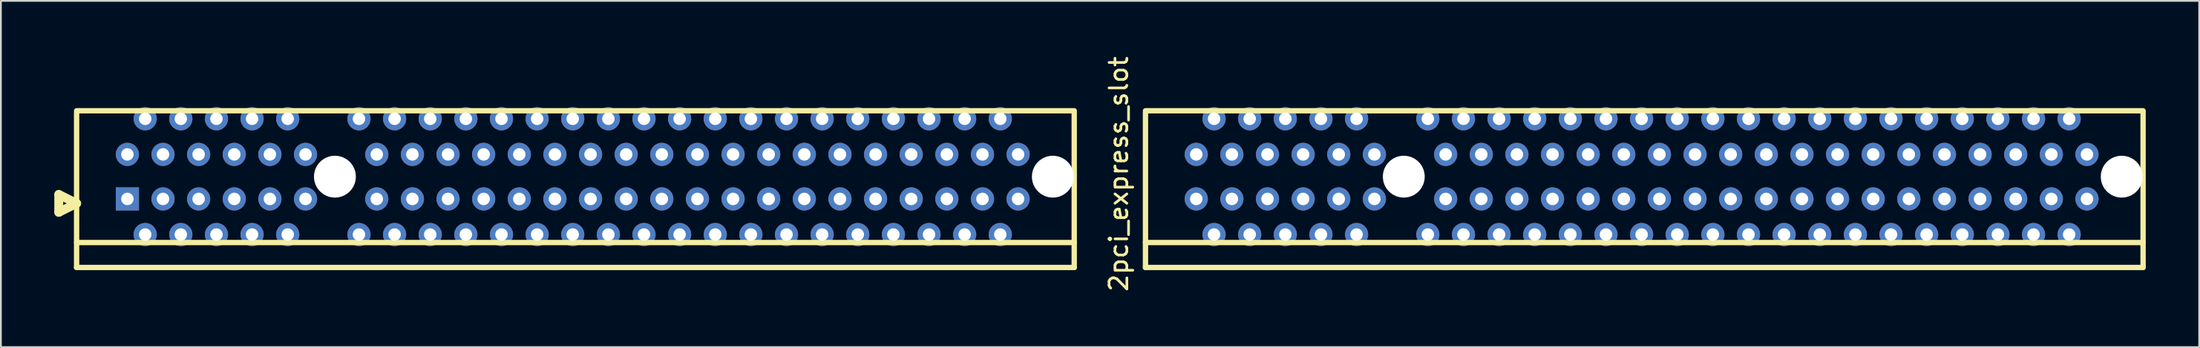
<source format=kicad_pcb>
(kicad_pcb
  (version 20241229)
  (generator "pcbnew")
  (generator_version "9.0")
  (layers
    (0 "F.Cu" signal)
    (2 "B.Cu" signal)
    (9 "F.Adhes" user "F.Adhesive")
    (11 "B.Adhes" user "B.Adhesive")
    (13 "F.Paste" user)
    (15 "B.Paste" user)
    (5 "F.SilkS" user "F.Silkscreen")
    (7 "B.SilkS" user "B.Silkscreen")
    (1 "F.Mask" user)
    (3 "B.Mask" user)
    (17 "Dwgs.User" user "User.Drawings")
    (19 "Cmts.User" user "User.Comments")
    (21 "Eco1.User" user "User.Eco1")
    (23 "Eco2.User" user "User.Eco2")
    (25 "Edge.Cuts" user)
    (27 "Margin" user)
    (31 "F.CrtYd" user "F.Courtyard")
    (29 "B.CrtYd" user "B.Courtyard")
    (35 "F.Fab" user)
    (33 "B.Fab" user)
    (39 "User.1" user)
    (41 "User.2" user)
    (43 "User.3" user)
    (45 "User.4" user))
  (footprint "2pci_express_slot"
    (layer "F.Cu")
    (at 15.75 6.87)
    (property "Reference" "2pci_express_slot" (at 44 -0.15 90) (layer "F.SilkS") (effects (font (size 1 1) (thickness 0.15))))
    (attr through_hole)
    (fp_line (start -15.5 1) (end -15.5 2) (stroke (width 0.5) (type solid)) (layer "F.SilkS"))
    (fp_line (start -15.5 2) (end -14.5 1.5) (stroke (width 0.5) (type solid)) (layer "F.SilkS"))
    (fp_line (start -14.5 -3.7) (end 41.5 -3.7) (stroke (width 0.3) (type solid)) (layer "F.SilkS"))
    (fp_line (start -14.5 -3.6) (end -14.5 5.1) (stroke (width 0.3) (type solid)) (layer "F.SilkS"))
    (fp_line (start -14.5 1.5) (end -15.5 1) (stroke (width 0.5) (type solid)) (layer "F.SilkS"))
    (fp_line (start -14.5 3.7) (end 41.5 3.7) (stroke (width 0.3) (type solid)) (layer "F.SilkS"))
    (fp_line (start -14.5 5.1) (end 41.5 5.1) (stroke (width 0.3) (type solid)) (layer "F.SilkS"))
    (fp_line (start 41.5 -3.6) (end 41.5 5.1) (stroke (width 0.3) (type solid)) (layer "F.SilkS"))
    (fp_line (start 45.5 -3.7) (end 101.5 -3.7) (stroke (width 0.3) (type solid)) (layer "F.SilkS"))
    (fp_line (start 45.5 -3.6) (end 45.5 5.1) (stroke (width 0.3) (type solid)) (layer "F.SilkS"))
    (fp_line (start 45.5 3.7) (end 101.5 3.7) (stroke (width 0.3) (type solid)) (layer "F.SilkS"))
    (fp_line (start 45.5 5.1) (end 101.5 5.1) (stroke (width 0.3) (type solid)) (layer "F.SilkS"))
    (fp_line (start 101.5 -3.6) (end 101.5 5.1) (stroke (width 0.3) (type solid)) (layer "F.SilkS"))
    (pad "" np_thru_hole circle (at 0 0) (size 2.35 2.35) (drill 2.35) (layers "*.Cu" "*.Mask"))
    (pad "" np_thru_hole circle (at 40.3 0) (size 2.35 2.35) (drill 2.35) (layers "*.Cu" "*.Mask"))
    (pad "" np_thru_hole circle (at 60 0) (size 2.35 2.35) (drill 2.35) (layers "*.Cu" "*.Mask"))
    (pad "" np_thru_hole circle (at 100.3 0) (size 2.35 2.35) (drill 2.35) (layers "*.Cu" "*.Mask"))
    (pad "1" thru_hole rect (at -11.65 1.25) (size 1.3 1.3) (drill 0.7) (layers "*.Cu" "*.Mask"))
    (pad "2" thru_hole circle (at -10.65 3.25) (size 1.3 1.3) (drill 0.7) (layers "*.Cu" "*.Mask"))
    (pad "3" thru_hole circle (at -9.65 1.25) (size 1.3 1.3) (drill 0.7) (layers "*.Cu" "*.Mask"))
    (pad "4" thru_hole circle (at -8.65 3.25) (size 1.3 1.3) (drill 0.7) (layers "*.Cu" "*.Mask"))
    (pad "5" thru_hole circle (at -7.65 1.25) (size 1.3 1.3) (drill 0.7) (layers "*.Cu" "*.Mask"))
    (pad "6" thru_hole circle (at -6.65 3.25) (size 1.3 1.3) (drill 0.7) (layers "*.Cu" "*.Mask"))
    (pad "7" thru_hole circle (at -5.65 1.25) (size 1.3 1.3) (drill 0.7) (layers "*.Cu" "*.Mask"))
    (pad "8" thru_hole circle (at -4.65 3.25) (size 1.3 1.3) (drill 0.7) (layers "*.Cu" "*.Mask"))
    (pad "9" thru_hole circle (at -3.65 1.25) (size 1.3 1.3) (drill 0.7) (layers "*.Cu" "*.Mask"))
    (pad "10" thru_hole circle (at -2.65 3.25) (size 1.3 1.3) (drill 0.7) (layers "*.Cu" "*.Mask"))
    (pad "11" thru_hole circle (at -1.65 1.25) (size 1.3 1.3) (drill 0.7) (layers "*.Cu" "*.Mask"))
    (pad "12" thru_hole circle (at 1.35 3.25) (size 1.3 1.3) (drill 0.7) (layers "*.Cu" "*.Mask"))
    (pad "13" thru_hole circle (at 2.35 1.25) (size 1.3 1.3) (drill 0.7) (layers "*.Cu" "*.Mask"))
    (pad "14" thru_hole circle (at 3.35 3.25) (size 1.3 1.3) (drill 0.7) (layers "*.Cu" "*.Mask"))
    (pad "15" thru_hole circle (at 4.35 1.25) (size 1.3 1.3) (drill 0.7) (layers "*.Cu" "*.Mask"))
    (pad "16" thru_hole circle (at 5.35 3.25) (size 1.3 1.3) (drill 0.7) (layers "*.Cu" "*.Mask"))
    (pad "17" thru_hole circle (at 6.35 1.25) (size 1.3 1.3) (drill 0.7) (layers "*.Cu" "*.Mask"))
    (pad "18" thru_hole circle (at 7.35 3.25) (size 1.3 1.3) (drill 0.7) (layers "*.Cu" "*.Mask"))
    (pad "19" thru_hole circle (at 8.35 1.25) (size 1.3 1.3) (drill 0.7) (layers "*.Cu" "*.Mask"))
    (pad "20" thru_hole circle (at 9.35 3.25) (size 1.3 1.3) (drill 0.7) (layers "*.Cu" "*.Mask"))
    (pad "21" thru_hole circle (at 10.35 1.25) (size 1.3 1.3) (drill 0.7) (layers "*.Cu" "*.Mask"))
    (pad "22" thru_hole circle (at 11.35 3.25) (size 1.3 1.3) (drill 0.7) (layers "*.Cu" "*.Mask"))
    (pad "23" thru_hole circle (at 12.35 1.25) (size 1.3 1.3) (drill 0.7) (layers "*.Cu" "*.Mask"))
    (pad "24" thru_hole circle (at 13.35 3.25) (size 1.3 1.3) (drill 0.7) (layers "*.Cu" "*.Mask"))
    (pad "25" thru_hole circle (at 14.35 1.25) (size 1.3 1.3) (drill 0.7) (layers "*.Cu" "*.Mask"))
    (pad "26" thru_hole circle (at 15.35 3.25) (size 1.3 1.3) (drill 0.7) (layers "*.Cu" "*.Mask"))
    (pad "27" thru_hole circle (at 16.35 1.25) (size 1.3 1.3) (drill 0.7) (layers "*.Cu" "*.Mask"))
    (pad "28" thru_hole circle (at 17.35 3.25) (size 1.3 1.3) (drill 0.7) (layers "*.Cu" "*.Mask"))
    (pad "29" thru_hole circle (at 18.35 1.25) (size 1.3 1.3) (drill 0.7) (layers "*.Cu" "*.Mask"))
    (pad "30" thru_hole circle (at 19.35 3.25) (size 1.3 1.3) (drill 0.7) (layers "*.Cu" "*.Mask"))
    (pad "31" thru_hole circle (at 20.35 1.25) (size 1.3 1.3) (drill 0.7) (layers "*.Cu" "*.Mask"))
    (pad "32" thru_hole circle (at 21.35 3.25) (size 1.3 1.3) (drill 0.7) (layers "*.Cu" "*.Mask"))
    (pad "33" thru_hole circle (at 22.35 1.25) (size 1.3 1.3) (drill 0.7) (layers "*.Cu" "*.Mask"))
    (pad "34" thru_hole circle (at 23.35 3.25) (size 1.3 1.3) (drill 0.7) (layers "*.Cu" "*.Mask"))
    (pad "35" thru_hole circle (at 24.35 1.25) (size 1.3 1.3) (drill 0.7) (layers "*.Cu" "*.Mask"))
    (pad "36" thru_hole circle (at 25.35 3.25) (size 1.3 1.3) (drill 0.7) (layers "*.Cu" "*.Mask"))
    (pad "37" thru_hole circle (at 26.35 1.25) (size 1.3 1.3) (drill 0.7) (layers "*.Cu" "*.Mask"))
    (pad "38" thru_hole circle (at 27.35 3.25) (size 1.3 1.3) (drill 0.7) (layers "*.Cu" "*.Mask"))
    (pad "39" thru_hole circle (at 28.35 1.25) (size 1.3 1.3) (drill 0.7) (layers "*.Cu" "*.Mask"))
    (pad "40" thru_hole circle (at 29.35 3.25) (size 1.3 1.3) (drill 0.7) (layers "*.Cu" "*.Mask"))
    (pad "41" thru_hole circle (at 30.35 1.25) (size 1.3 1.3) (drill 0.7) (layers "*.Cu" "*.Mask"))
    (pad "42" thru_hole circle (at 31.35 3.25) (size 1.3 1.3) (drill 0.7) (layers "*.Cu" "*.Mask"))
    (pad "43" thru_hole circle (at 32.35 1.25) (size 1.3 1.3) (drill 0.7) (layers "*.Cu" "*.Mask"))
    (pad "44" thru_hole circle (at 33.35 3.25) (size 1.3 1.3) (drill 0.7) (layers "*.Cu" "*.Mask"))
    (pad "45" thru_hole circle (at 34.35 1.25) (size 1.3 1.3) (drill 0.7) (layers "*.Cu" "*.Mask"))
    (pad "46" thru_hole circle (at 35.35 3.25) (size 1.3 1.3) (drill 0.7) (layers "*.Cu" "*.Mask"))
    (pad "47" thru_hole circle (at 36.35 1.25) (size 1.3 1.3) (drill 0.7) (layers "*.Cu" "*.Mask"))
    (pad "48" thru_hole circle (at 37.35 3.25) (size 1.3 1.3) (drill 0.7) (layers "*.Cu" "*.Mask"))
    (pad "49" thru_hole circle (at 38.35 1.25) (size 1.3 1.3) (drill 0.7) (layers "*.Cu" "*.Mask"))
    (pad "50" thru_hole circle (at 48.35 1.25) (size 1.3 1.3) (drill 0.7) (layers "*.Cu" "*.Mask"))
    (pad "51" thru_hole circle (at 49.35 3.25) (size 1.3 1.3) (drill 0.7) (layers "*.Cu" "*.Mask"))
    (pad "52" thru_hole circle (at 50.35 1.25) (size 1.3 1.3) (drill 0.7) (layers "*.Cu" "*.Mask"))
    (pad "53" thru_hole circle (at 51.35 3.25) (size 1.3 1.3) (drill 0.7) (layers "*.Cu" "*.Mask"))
    (pad "54" thru_hole circle (at 52.35 1.25) (size 1.3 1.3) (drill 0.7) (layers "*.Cu" "*.Mask"))
    (pad "55" thru_hole circle (at 53.35 3.25) (size 1.3 1.3) (drill 0.7) (layers "*.Cu" "*.Mask"))
    (pad "56" thru_hole circle (at 54.35 1.25) (size 1.3 1.3) (drill 0.7) (layers "*.Cu" "*.Mask"))
    (pad "57" thru_hole circle (at 55.35 3.25) (size 1.3 1.3) (drill 0.7) (layers "*.Cu" "*.Mask"))
    (pad "58" thru_hole circle (at 56.35 1.25) (size 1.3 1.3) (drill 0.7) (layers "*.Cu" "*.Mask"))
    (pad "59" thru_hole circle (at 57.35 3.25) (size 1.3 1.3) (drill 0.7) (layers "*.Cu" "*.Mask"))
    (pad "60" thru_hole circle (at 58.35 1.25) (size 1.3 1.3) (drill 0.7) (layers "*.Cu" "*.Mask"))
    (pad "61" thru_hole circle (at 61.35 3.25) (size 1.3 1.3) (drill 0.7) (layers "*.Cu" "*.Mask"))
    (pad "62" thru_hole circle (at 62.35 1.25) (size 1.3 1.3) (drill 0.7) (layers "*.Cu" "*.Mask"))
    (pad "63" thru_hole circle (at 63.35 3.25) (size 1.3 1.3) (drill 0.7) (layers "*.Cu" "*.Mask"))
    (pad "64" thru_hole circle (at 64.35 1.25) (size 1.3 1.3) (drill 0.7) (layers "*.Cu" "*.Mask"))
    (pad "65" thru_hole circle (at 65.35 3.25) (size 1.3 1.3) (drill 0.7) (layers "*.Cu" "*.Mask"))
    (pad "66" thru_hole circle (at 66.35 1.25) (size 1.3 1.3) (drill 0.7) (layers "*.Cu" "*.Mask"))
    (pad "67" thru_hole circle (at 67.35 3.25) (size 1.3 1.3) (drill 0.7) (layers "*.Cu" "*.Mask"))
    (pad "68" thru_hole circle (at 68.35 1.25) (size 1.3 1.3) (drill 0.7) (layers "*.Cu" "*.Mask"))
    (pad "69" thru_hole circle (at 69.35 3.25) (size 1.3 1.3) (drill 0.7) (layers "*.Cu" "*.Mask"))
    (pad "70" thru_hole circle (at 70.35 1.25) (size 1.3 1.3) (drill 0.7) (layers "*.Cu" "*.Mask"))
    (pad "71" thru_hole circle (at 71.35 3.25) (size 1.3 1.3) (drill 0.7) (layers "*.Cu" "*.Mask"))
    (pad "72" thru_hole circle (at 72.35 1.25) (size 1.3 1.3) (drill 0.7) (layers "*.Cu" "*.Mask"))
    (pad "73" thru_hole circle (at 73.35 3.25) (size 1.3 1.3) (drill 0.7) (layers "*.Cu" "*.Mask"))
    (pad "74" thru_hole circle (at 74.35 1.25) (size 1.3 1.3) (drill 0.7) (layers "*.Cu" "*.Mask"))
    (pad "75" thru_hole circle (at 75.35 3.25) (size 1.3 1.3) (drill 0.7) (layers "*.Cu" "*.Mask"))
    (pad "76" thru_hole circle (at 76.35 1.25) (size 1.3 1.3) (drill 0.7) (layers "*.Cu" "*.Mask"))
    (pad "77" thru_hole circle (at 77.35 3.25) (size 1.3 1.3) (drill 0.7) (layers "*.Cu" "*.Mask"))
    (pad "78" thru_hole circle (at 78.35 1.25) (size 1.3 1.3) (drill 0.7) (layers "*.Cu" "*.Mask"))
    (pad "79" thru_hole circle (at 79.35 3.25) (size 1.3 1.3) (drill 0.7) (layers "*.Cu" "*.Mask"))
    (pad "80" thru_hole circle (at 80.35 1.25) (size 1.3 1.3) (drill 0.7) (layers "*.Cu" "*.Mask"))
    (pad "81" thru_hole circle (at 81.35 3.25) (size 1.3 1.3) (drill 0.7) (layers "*.Cu" "*.Mask"))
    (pad "82" thru_hole circle (at 82.35 1.25) (size 1.3 1.3) (drill 0.7) (layers "*.Cu" "*.Mask"))
    (pad "83" thru_hole circle (at 83.35 3.25) (size 1.3 1.3) (drill 0.7) (layers "*.Cu" "*.Mask"))
    (pad "84" thru_hole circle (at 84.35 1.25) (size 1.3 1.3) (drill 0.7) (layers "*.Cu" "*.Mask"))
    (pad "85" thru_hole circle (at 85.35 3.25) (size 1.3 1.3) (drill 0.7) (layers "*.Cu" "*.Mask"))
    (pad "86" thru_hole circle (at 86.35 1.25) (size 1.3 1.3) (drill 0.7) (layers "*.Cu" "*.Mask"))
    (pad "87" thru_hole circle (at 87.35 3.25) (size 1.3 1.3) (drill 0.7) (layers "*.Cu" "*.Mask"))
    (pad "88" thru_hole circle (at 88.35 1.25) (size 1.3 1.3) (drill 0.7) (layers "*.Cu" "*.Mask"))
    (pad "89" thru_hole circle (at 89.35 3.25) (size 1.3 1.3) (drill 0.7) (layers "*.Cu" "*.Mask"))
    (pad "90" thru_hole circle (at 90.35 1.25) (size 1.3 1.3) (drill 0.7) (layers "*.Cu" "*.Mask"))
    (pad "91" thru_hole circle (at 91.35 3.25) (size 1.3 1.3) (drill 0.7) (layers "*.Cu" "*.Mask"))
    (pad "92" thru_hole circle (at 92.35 1.25) (size 1.3 1.3) (drill 0.7) (layers "*.Cu" "*.Mask"))
    (pad "93" thru_hole circle (at 93.35 3.25) (size 1.3 1.3) (drill 0.7) (layers "*.Cu" "*.Mask"))
    (pad "94" thru_hole circle (at 94.35 1.25) (size 1.3 1.3) (drill 0.7) (layers "*.Cu" "*.Mask"))
    (pad "95" thru_hole circle (at 95.35 3.25) (size 1.3 1.3) (drill 0.7) (layers "*.Cu" "*.Mask"))
    (pad "96" thru_hole circle (at 96.35 1.25) (size 1.3 1.3) (drill 0.7) (layers "*.Cu" "*.Mask"))
    (pad "97" thru_hole circle (at 97.35 3.25) (size 1.3 1.3) (drill 0.7) (layers "*.Cu" "*.Mask"))
    (pad "98" thru_hole circle (at 98.35 1.25) (size 1.3 1.3) (drill 0.7) (layers "*.Cu" "*.Mask"))
    (pad "99" thru_hole circle (at -11.65 -1.25) (size 1.3 1.3) (drill 0.7) (layers "*.Cu" "*.Mask"))
    (pad "100" thru_hole circle (at -10.65 -3.25) (size 1.3 1.3) (drill 0.7) (layers "*.Cu" "*.Mask"))
    (pad "101" thru_hole circle (at -9.65 -1.25) (size 1.3 1.3) (drill 0.7) (layers "*.Cu" "*.Mask"))
    (pad "102" thru_hole circle (at -8.65 -3.25) (size 1.3 1.3) (drill 0.7) (layers "*.Cu" "*.Mask"))
    (pad "103" thru_hole circle (at -7.65 -1.25) (size 1.3 1.3) (drill 0.7) (layers "*.Cu" "*.Mask"))
    (pad "104" thru_hole circle (at -6.65 -3.25) (size 1.3 1.3) (drill 0.7) (layers "*.Cu" "*.Mask"))
    (pad "105" thru_hole circle (at -5.65 -1.25) (size 1.3 1.3) (drill 0.7) (layers "*.Cu" "*.Mask"))
    (pad "106" thru_hole circle (at -4.65 -3.25) (size 1.3 1.3) (drill 0.7) (layers "*.Cu" "*.Mask"))
    (pad "107" thru_hole circle (at -3.65 -1.25) (size 1.3 1.3) (drill 0.7) (layers "*.Cu" "*.Mask"))
    (pad "108" thru_hole circle (at -2.65 -3.25) (size 1.3 1.3) (drill 0.7) (layers "*.Cu" "*.Mask"))
    (pad "109" thru_hole circle (at -1.65 -1.25) (size 1.3 1.3) (drill 0.7) (layers "*.Cu" "*.Mask"))
    (pad "110" thru_hole circle (at 1.35 -3.25) (size 1.3 1.3) (drill 0.7) (layers "*.Cu" "*.Mask"))
    (pad "111" thru_hole circle (at 2.35 -1.25) (size 1.3 1.3) (drill 0.7) (layers "*.Cu" "*.Mask"))
    (pad "112" thru_hole circle (at 3.35 -3.25) (size 1.3 1.3) (drill 0.7) (layers "*.Cu" "*.Mask"))
    (pad "113" thru_hole circle (at 4.35 -1.25) (size 1.3 1.3) (drill 0.7) (layers "*.Cu" "*.Mask"))
    (pad "114" thru_hole circle (at 5.35 -3.25) (size 1.3 1.3) (drill 0.7) (layers "*.Cu" "*.Mask"))
    (pad "115" thru_hole circle (at 6.35 -1.25) (size 1.3 1.3) (drill 0.7) (layers "*.Cu" "*.Mask"))
    (pad "116" thru_hole circle (at 7.35 -3.25) (size 1.3 1.3) (drill 0.7) (layers "*.Cu" "*.Mask"))
    (pad "117" thru_hole circle (at 8.35 -1.25) (size 1.3 1.3) (drill 0.7) (layers "*.Cu" "*.Mask"))
    (pad "118" thru_hole circle (at 9.35 -3.25) (size 1.3 1.3) (drill 0.7) (layers "*.Cu" "*.Mask"))
    (pad "119" thru_hole circle (at 10.35 -1.25) (size 1.3 1.3) (drill 0.7) (layers "*.Cu" "*.Mask"))
    (pad "120" thru_hole circle (at 11.35 -3.25) (size 1.3 1.3) (drill 0.7) (layers "*.Cu" "*.Mask"))
    (pad "121" thru_hole circle (at 12.35 -1.25) (size 1.3 1.3) (drill 0.7) (layers "*.Cu" "*.Mask"))
    (pad "122" thru_hole circle (at 13.35 -3.25) (size 1.3 1.3) (drill 0.7) (layers "*.Cu" "*.Mask"))
    (pad "123" thru_hole circle (at 14.35 -1.25) (size 1.3 1.3) (drill 0.7) (layers "*.Cu" "*.Mask"))
    (pad "124" thru_hole circle (at 15.35 -3.25) (size 1.3 1.3) (drill 0.7) (layers "*.Cu" "*.Mask"))
    (pad "125" thru_hole circle (at 16.35 -1.25) (size 1.3 1.3) (drill 0.7) (layers "*.Cu" "*.Mask"))
    (pad "126" thru_hole circle (at 17.35 -3.25) (size 1.3 1.3) (drill 0.7) (layers "*.Cu" "*.Mask"))
    (pad "127" thru_hole circle (at 18.35 -1.25) (size 1.3 1.3) (drill 0.7) (layers "*.Cu" "*.Mask"))
    (pad "128" thru_hole circle (at 19.35 -3.25) (size 1.3 1.3) (drill 0.7) (layers "*.Cu" "*.Mask"))
    (pad "129" thru_hole circle (at 20.35 -1.25) (size 1.3 1.3) (drill 0.7) (layers "*.Cu" "*.Mask"))
    (pad "130" thru_hole circle (at 21.35 -3.25) (size 1.3 1.3) (drill 0.7) (layers "*.Cu" "*.Mask"))
    (pad "131" thru_hole circle (at 22.35 -1.25) (size 1.3 1.3) (drill 0.7) (layers "*.Cu" "*.Mask"))
    (pad "132" thru_hole circle (at 23.35 -3.25) (size 1.3 1.3) (drill 0.7) (layers "*.Cu" "*.Mask"))
    (pad "133" thru_hole circle (at 24.35 -1.25) (size 1.3 1.3) (drill 0.7) (layers "*.Cu" "*.Mask"))
    (pad "134" thru_hole circle (at 25.35 -3.25) (size 1.3 1.3) (drill 0.7) (layers "*.Cu" "*.Mask"))
    (pad "135" thru_hole circle (at 26.35 -1.25) (size 1.3 1.3) (drill 0.7) (layers "*.Cu" "*.Mask"))
    (pad "136" thru_hole circle (at 27.35 -3.25) (size 1.3 1.3) (drill 0.7) (layers "*.Cu" "*.Mask"))
    (pad "137" thru_hole circle (at 28.35 -1.25) (size 1.3 1.3) (drill 0.7) (layers "*.Cu" "*.Mask"))
    (pad "138" thru_hole circle (at 29.35 -3.25) (size 1.3 1.3) (drill 0.7) (layers "*.Cu" "*.Mask"))
    (pad "139" thru_hole circle (at 30.35 -1.25) (size 1.3 1.3) (drill 0.7) (layers "*.Cu" "*.Mask"))
    (pad "140" thru_hole circle (at 31.35 -3.25) (size 1.3 1.3) (drill 0.7) (layers "*.Cu" "*.Mask"))
    (pad "141" thru_hole circle (at 32.35 -1.25) (size 1.3 1.3) (drill 0.7) (layers "*.Cu" "*.Mask"))
    (pad "142" thru_hole circle (at 33.35 -3.25) (size 1.3 1.3) (drill 0.7) (layers "*.Cu" "*.Mask"))
    (pad "143" thru_hole circle (at 34.35 -1.25) (size 1.3 1.3) (drill 0.7) (layers "*.Cu" "*.Mask"))
    (pad "144" thru_hole circle (at 35.35 -3.25) (size 1.3 1.3) (drill 0.7) (layers "*.Cu" "*.Mask"))
    (pad "145" thru_hole circle (at 36.35 -1.25) (size 1.3 1.3) (drill 0.7) (layers "*.Cu" "*.Mask"))
    (pad "146" thru_hole circle (at 37.35 -3.25) (size 1.3 1.3) (drill 0.7) (layers "*.Cu" "*.Mask"))
    (pad "147" thru_hole circle (at 38.35 -1.25) (size 1.3 1.3) (drill 0.7) (layers "*.Cu" "*.Mask"))
    (pad "148" thru_hole circle (at 48.35 -1.25) (size 1.3 1.3) (drill 0.7) (layers "*.Cu" "*.Mask"))
    (pad "149" thru_hole circle (at 49.35 -3.25) (size 1.3 1.3) (drill 0.7) (layers "*.Cu" "*.Mask"))
    (pad "150" thru_hole circle (at 50.35 -1.25) (size 1.3 1.3) (drill 0.7) (layers "*.Cu" "*.Mask"))
    (pad "151" thru_hole circle (at 51.35 -3.25) (size 1.3 1.3) (drill 0.7) (layers "*.Cu" "*.Mask"))
    (pad "152" thru_hole circle (at 52.35 -1.25) (size 1.3 1.3) (drill 0.7) (layers "*.Cu" "*.Mask"))
    (pad "153" thru_hole circle (at 53.35 -3.25) (size 1.3 1.3) (drill 0.7) (layers "*.Cu" "*.Mask"))
    (pad "154" thru_hole circle (at 54.35 -1.25) (size 1.3 1.3) (drill 0.7) (layers "*.Cu" "*.Mask"))
    (pad "155" thru_hole circle (at 55.35 -3.25) (size 1.3 1.3) (drill 0.7) (layers "*.Cu" "*.Mask"))
    (pad "156" thru_hole circle (at 56.35 -1.25) (size 1.3 1.3) (drill 0.7) (layers "*.Cu" "*.Mask"))
    (pad "157" thru_hole circle (at 57.35 -3.25) (size 1.3 1.3) (drill 0.7) (layers "*.Cu" "*.Mask"))
    (pad "158" thru_hole circle (at 58.35 -1.25) (size 1.3 1.3) (drill 0.7) (layers "*.Cu" "*.Mask"))
    (pad "159" thru_hole circle (at 61.35 -3.25) (size 1.3 1.3) (drill 0.7) (layers "*.Cu" "*.Mask"))
    (pad "160" thru_hole circle (at 62.35 -1.25) (size 1.3 1.3) (drill 0.7) (layers "*.Cu" "*.Mask"))
    (pad "161" thru_hole circle (at 63.35 -3.25) (size 1.3 1.3) (drill 0.7) (layers "*.Cu" "*.Mask"))
    (pad "162" thru_hole circle (at 64.35 -1.25) (size 1.3 1.3) (drill 0.7) (layers "*.Cu" "*.Mask"))
    (pad "163" thru_hole circle (at 65.35 -3.25) (size 1.3 1.3) (drill 0.7) (layers "*.Cu" "*.Mask"))
    (pad "164" thru_hole circle (at 66.35 -1.25) (size 1.3 1.3) (drill 0.7) (layers "*.Cu" "*.Mask"))
    (pad "165" thru_hole circle (at 67.35 -3.25) (size 1.3 1.3) (drill 0.7) (layers "*.Cu" "*.Mask"))
    (pad "166" thru_hole circle (at 68.35 -1.25) (size 1.3 1.3) (drill 0.7) (layers "*.Cu" "*.Mask"))
    (pad "167" thru_hole circle (at 69.35 -3.25) (size 1.3 1.3) (drill 0.7) (layers "*.Cu" "*.Mask"))
    (pad "168" thru_hole circle (at 70.35 -1.25) (size 1.3 1.3) (drill 0.7) (layers "*.Cu" "*.Mask"))
    (pad "169" thru_hole circle (at 71.35 -3.25) (size 1.3 1.3) (drill 0.7) (layers "*.Cu" "*.Mask"))
    (pad "170" thru_hole circle (at 72.35 -1.25) (size 1.3 1.3) (drill 0.7) (layers "*.Cu" "*.Mask"))
    (pad "171" thru_hole circle (at 73.35 -3.25) (size 1.3 1.3) (drill 0.7) (layers "*.Cu" "*.Mask"))
    (pad "172" thru_hole circle (at 74.35 -1.25) (size 1.3 1.3) (drill 0.7) (layers "*.Cu" "*.Mask"))
    (pad "173" thru_hole circle (at 75.35 -3.25) (size 1.3 1.3) (drill 0.7) (layers "*.Cu" "*.Mask"))
    (pad "174" thru_hole circle (at 76.35 -1.25) (size 1.3 1.3) (drill 0.7) (layers "*.Cu" "*.Mask"))
    (pad "175" thru_hole circle (at 77.35 -3.25) (size 1.3 1.3) (drill 0.7) (layers "*.Cu" "*.Mask"))
    (pad "176" thru_hole circle (at 78.35 -1.25) (size 1.3 1.3) (drill 0.7) (layers "*.Cu" "*.Mask"))
    (pad "177" thru_hole circle (at 79.35 -3.25) (size 1.3 1.3) (drill 0.7) (layers "*.Cu" "*.Mask"))
    (pad "178" thru_hole circle (at 80.35 -1.25) (size 1.3 1.3) (drill 0.7) (layers "*.Cu" "*.Mask"))
    (pad "179" thru_hole circle (at 81.35 -3.25) (size 1.3 1.3) (drill 0.7) (layers "*.Cu" "*.Mask"))
    (pad "180" thru_hole circle (at 82.35 -1.25) (size 1.3 1.3) (drill 0.7) (layers "*.Cu" "*.Mask"))
    (pad "181" thru_hole circle (at 83.35 -3.25) (size 1.3 1.3) (drill 0.7) (layers "*.Cu" "*.Mask"))
    (pad "182" thru_hole circle (at 84.35 -1.25) (size 1.3 1.3) (drill 0.7) (layers "*.Cu" "*.Mask"))
    (pad "183" thru_hole circle (at 85.35 -3.25) (size 1.3 1.3) (drill 0.7) (layers "*.Cu" "*.Mask"))
    (pad "184" thru_hole circle (at 86.35 -1.25) (size 1.3 1.3) (drill 0.7) (layers "*.Cu" "*.Mask"))
    (pad "185" thru_hole circle (at 87.35 -3.25) (size 1.3 1.3) (drill 0.7) (layers "*.Cu" "*.Mask"))
    (pad "186" thru_hole circle (at 88.35 -1.25) (size 1.3 1.3) (drill 0.7) (layers "*.Cu" "*.Mask"))
    (pad "187" thru_hole circle (at 89.35 -3.25) (size 1.3 1.3) (drill 0.7) (layers "*.Cu" "*.Mask"))
    (pad "188" thru_hole circle (at 90.35 -1.25) (size 1.3 1.3) (drill 0.7) (layers "*.Cu" "*.Mask"))
    (pad "189" thru_hole circle (at 91.35 -3.25) (size 1.3 1.3) (drill 0.7) (layers "*.Cu" "*.Mask"))
    (pad "190" thru_hole circle (at 92.35 -1.25) (size 1.3 1.3) (drill 0.7) (layers "*.Cu" "*.Mask"))
    (pad "191" thru_hole circle (at 93.35 -3.25) (size 1.3 1.3) (drill 0.7) (layers "*.Cu" "*.Mask"))
    (pad "192" thru_hole circle (at 94.35 -1.25) (size 1.3 1.3) (drill 0.7) (layers "*.Cu" "*.Mask"))
    (pad "193" thru_hole circle (at 95.35 -3.25) (size 1.3 1.3) (drill 0.7) (layers "*.Cu" "*.Mask"))
    (pad "194" thru_hole circle (at 96.35 -1.25) (size 1.3 1.3) (drill 0.7) (layers "*.Cu" "*.Mask"))
    (pad "195" thru_hole circle (at 97.35 -3.25) (size 1.3 1.3) (drill 0.7) (layers "*.Cu" "*.Mask"))
    (pad "196" thru_hole circle (at 98.35 -1.25) (size 1.3 1.3) (drill 0.7) (layers "*.Cu" "*.Mask")))
  (gr_rect
    (start -3 -3)
    (end 120.4 16.44)
    (stroke (width 0.1) (type default))
    (fill no)
    (layer "Edge.Cuts")))
</source>
